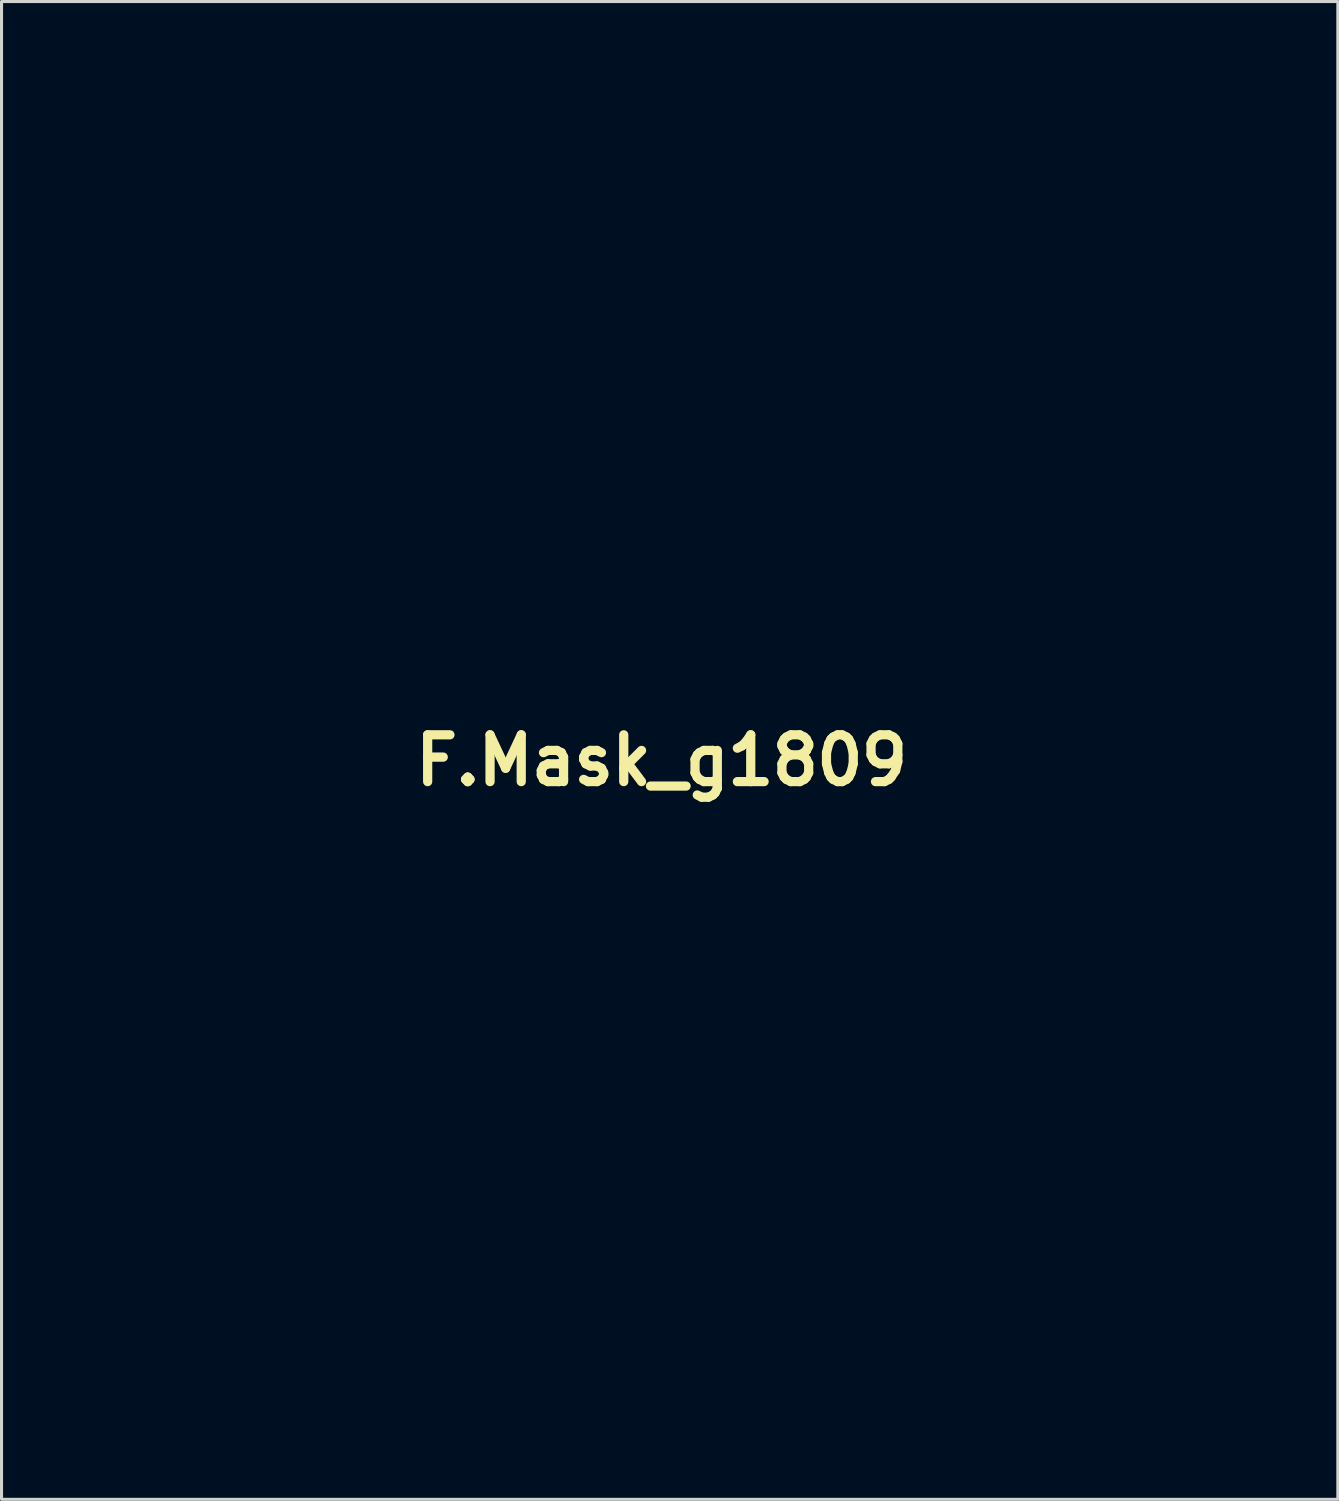
<source format=kicad_pcb>
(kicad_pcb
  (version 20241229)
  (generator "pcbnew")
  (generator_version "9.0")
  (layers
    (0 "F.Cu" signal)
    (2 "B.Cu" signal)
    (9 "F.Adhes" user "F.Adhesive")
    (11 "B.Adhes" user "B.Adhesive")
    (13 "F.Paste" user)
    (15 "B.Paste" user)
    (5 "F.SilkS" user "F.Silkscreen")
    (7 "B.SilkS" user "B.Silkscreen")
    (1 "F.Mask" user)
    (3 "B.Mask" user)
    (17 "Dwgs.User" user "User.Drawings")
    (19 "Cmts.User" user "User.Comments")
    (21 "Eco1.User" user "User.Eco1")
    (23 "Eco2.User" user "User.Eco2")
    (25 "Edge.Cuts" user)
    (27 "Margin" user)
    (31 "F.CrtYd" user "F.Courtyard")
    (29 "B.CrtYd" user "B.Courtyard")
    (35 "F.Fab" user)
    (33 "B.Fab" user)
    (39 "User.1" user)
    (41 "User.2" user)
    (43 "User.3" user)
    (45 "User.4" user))
  (footprint "F.Mask_g1809"
    (layer "F.Cu")
    (at 18.499 21.718)
    (property "Reference" "F.Mask_g1809" (at 0 0 0) (layer "F.SilkS") (effects (font (size 1.524 1.524) (thickness 0.3))))
    (attr through_hole)
    (fp_poly (pts (xy -4.228 -2.657) (xy -3.743 -2.656) (xy -3.256 -2.654) (xy -2.769 -2.653) (xy -2.287 -2.652) (xy -1.81 -2.65) (xy -1.343 -2.649) (xy -0.887 -2.647) (xy -0.446 -2.646) (xy -0.021 -2.644) (xy 0.383 -2.643) (xy 0.765 -2.641) (xy 1.122 -2.64) (xy 1.451 -2.638) (xy 1.75 -2.637) (xy 2.015 -2.635) (xy 2.244 -2.634) (xy 2.435 -2.633) (xy 2.492 -2.632) (xy 4.128 -2.62) (xy 4.128 -1.254) (xy 1.815 -1.241) (xy 1.552 -1.24) (xy 1.251 -1.238) (xy 0.914 -1.237) (xy 0.546 -1.235) (xy 0.15 -1.234) (xy -0.27 -1.232) (xy -0.711 -1.23) (xy -1.169 -1.229) (xy -1.64 -1.227) (xy -2.122 -1.225) (xy -2.609 -1.224) (xy -3.1 -1.222) (xy -3.589 -1.221) (xy -4.074 -1.219) (xy -4.551 -1.218) (xy -4.905 -1.217) (xy -9.313 -1.206) (xy -9.313 -2.669) (xy -4.228 -2.657)) (stroke (width 0.01) (type solid)) (fill yes) (layer "F.Mask"))
    (fp_poly (pts (xy -3.94 -0.589) (xy -3.777 -0.585) (xy -3.632 -0.579) (xy -3.562 -0.575) (xy -3.41 -0.561) (xy -3.295 -0.544) (xy -3.214 -0.523) (xy -3.16 -0.498) (xy -3.13 -0.465) (xy -3.125 -0.454) (xy -3.111 -0.367) (xy -3.13 -0.257) (xy -3.18 -0.122) (xy -3.262 0.038) (xy -3.372 0.216) (xy -3.433 0.309) (xy -3.479 0.383) (xy -3.513 0.445) (xy -3.536 0.505) (xy -3.551 0.569) (xy -3.56 0.646) (xy -3.564 0.744) (xy -3.566 0.87) (xy -3.567 0.984) (xy -3.57 1.162) (xy -3.575 1.31) (xy -3.584 1.441) (xy -3.597 1.568) (xy -3.616 1.704) (xy -3.629 1.789) (xy -3.656 1.966) (xy -3.677 2.108) (xy -3.691 2.217) (xy -3.698 2.301) (xy -3.7 2.363) (xy -3.696 2.41) (xy -3.687 2.445) (xy -3.677 2.467) (xy -3.652 2.502) (xy -3.602 2.56) (xy -3.533 2.635) (xy -3.449 2.722) (xy -3.368 2.804) (xy -3.09 3.079) (xy -3.091 6.107) (xy -3.23 6.308) (xy -3.343 6.465) (xy -3.442 6.591) (xy -3.532 6.69) (xy -3.62 6.769) (xy -3.712 6.831) (xy -3.813 6.884) (xy -3.909 6.924) (xy -4.114 7.014) (xy -4.284 7.114) (xy -4.418 7.222) (xy -4.512 7.336) (xy -4.536 7.378) (xy -4.558 7.431) (xy -4.583 7.506) (xy -4.607 7.589) (xy -4.625 7.665) (xy -4.635 7.719) (xy -4.636 7.728) (xy -4.622 7.731) (xy -4.588 7.708) (xy -4.556 7.68) (xy -4.492 7.624) (xy -4.414 7.565) (xy -4.317 7.5) (xy -4.199 7.427) (xy -4.055 7.344) (xy -3.883 7.249) (xy -3.678 7.14) (xy -3.485 7.038) (xy -3.085 6.831) (xy -3.099 7.771) (xy -3.102 7.975) (xy -3.105 8.175) (xy -3.109 8.364) (xy -3.113 8.536) (xy -3.116 8.685) (xy -3.12 8.807) (xy -3.123 8.895) (xy -3.124 8.927) (xy -3.137 9.144) (xy -3.565 9.144) (xy -3.713 9.144) (xy -3.89 9.145) (xy -4.085 9.147) (xy -4.284 9.149) (xy -4.474 9.151) (xy -4.563 9.153) (xy -4.729 9.154) (xy -4.894 9.155) (xy -5.05 9.154) (xy -5.188 9.153) (xy -5.299 9.15) (xy -5.359 9.147) (xy -5.472 9.138) (xy -5.556 9.126) (xy -5.605 9.111) (xy -5.613 9.106) (xy -5.619 9.097) (xy -5.625 9.08) (xy -5.63 9.055) (xy -5.635 9.019) (xy -5.639 8.972) (xy -5.643 8.91) (xy -5.647 8.834) (xy -5.65 8.74) (xy -5.654 8.628) (xy -5.657 8.496) (xy -5.659 8.343) (xy -5.662 8.166) (xy -5.664 7.964) (xy -5.667 7.736) (xy -5.669 7.48) (xy -5.671 7.194) (xy -5.673 6.876) (xy -5.675 6.526) (xy -5.677 6.142) (xy -5.678 5.721) (xy -5.68 5.263) (xy -5.682 4.765) (xy -5.684 4.286) (xy -5.699 0.222) (xy -5.594 0.143) (xy -5.493 0.057) (xy -5.377 -0.059) (xy -5.243 -0.208) (xy -5.188 -0.274) (xy -5.096 -0.371) (xy -5.01 -0.436) (xy -4.934 -0.464) (xy -4.918 -0.466) (xy -4.874 -0.475) (xy -4.811 -0.5) (xy -4.764 -0.522) (xy -4.724 -0.541) (xy -4.687 -0.556) (xy -4.643 -0.567) (xy -4.588 -0.574) (xy -4.512 -0.579) (xy -4.41 -0.583) (xy -4.273 -0.587) (xy -4.26 -0.587) (xy -4.106 -0.589) (xy -3.94 -0.589)) (stroke (width 0.01) (type solid)) (fill yes) (layer "F.Mask"))
    (fp_poly (pts (xy 4.162 -0.143) (xy 4.154 0.124) (xy 4.148 0.432) (xy 4.141 0.781) (xy 4.135 1.17) (xy 4.129 1.599) (xy 4.123 2.066) (xy 4.117 2.572) (xy 4.112 3.115) (xy 4.108 3.694) (xy 4.103 4.31) (xy 4.099 4.96) (xy 4.095 5.645) (xy 4.094 6.018) (xy 4.079 9.168) (xy 2.934 9.163) (xy 2.715 9.161) (xy 2.507 9.159) (xy 2.314 9.157) (xy 2.141 9.154) (xy 1.991 9.151) (xy 1.868 9.148) (xy 1.777 9.144) (xy 1.723 9.14) (xy 1.711 9.138) (xy 1.656 9.117) (xy 1.621 9.089) (xy 1.619 9.084) (xy 1.612 9.047) (xy 1.606 8.97) (xy 1.601 8.852) (xy 1.596 8.696) (xy 1.591 8.503) (xy 1.586 8.274) (xy 1.582 8.011) (xy 1.579 7.714) (xy 1.576 7.386) (xy 1.573 7.026) (xy 1.571 6.638) (xy 1.569 6.221) (xy 1.568 5.778) (xy 1.568 5.309) (xy 1.568 5.294) (xy 1.566 2.958) (xy 1.783 2.972) (xy 1.986 2.99) (xy 2.15 3.018) (xy 2.279 3.057) (xy 2.376 3.11) (xy 2.445 3.182) (xy 2.489 3.273) (xy 2.512 3.387) (xy 2.516 3.527) (xy 2.515 3.567) (xy 2.509 3.665) (xy 2.5 3.733) (xy 2.485 3.783) (xy 2.461 3.828) (xy 2.449 3.846) (xy 2.414 3.907) (xy 2.394 3.963) (xy 2.391 3.98) (xy 2.38 4.044) (xy 2.35 4.119) (xy 2.313 4.189) (xy 2.277 4.232) (xy 2.223 4.298) (xy 2.188 4.384) (xy 2.18 4.442) (xy 2.192 4.505) (xy 2.226 4.588) (xy 2.275 4.684) (xy 2.337 4.786) (xy 2.404 4.887) (xy 2.474 4.981) (xy 2.541 5.059) (xy 2.601 5.115) (xy 2.648 5.142) (xy 2.658 5.144) (xy 2.682 5.133) (xy 2.685 5.098) (xy 2.668 5.038) (xy 2.63 4.947) (xy 2.569 4.824) (xy 2.569 4.824) (xy 2.508 4.701) (xy 2.47 4.607) (xy 2.452 4.538) (xy 2.45 4.511) (xy 2.465 4.418) (xy 2.512 4.298) (xy 2.588 4.153) (xy 2.683 4.002) (xy 2.755 3.885) (xy 2.802 3.787) (xy 2.83 3.695) (xy 2.83 3.694) (xy 2.854 3.526) (xy 2.855 3.367) (xy 2.834 3.225) (xy 2.793 3.106) (xy 2.746 3.034) (xy 2.654 2.947) (xy 2.532 2.859) (xy 2.394 2.776) (xy 2.25 2.705) (xy 2.114 2.652) (xy 2.012 2.627) (xy 1.933 2.61) (xy 1.865 2.589) (xy 1.83 2.573) (xy 1.756 2.504) (xy 1.69 2.406) (xy 1.643 2.297) (xy 1.618 2.192) (xy 1.597 2.06) (xy 1.582 1.907) (xy 1.572 1.74) (xy 1.567 1.566) (xy 1.568 1.392) (xy 1.574 1.225) (xy 1.585 1.073) (xy 1.601 0.941) (xy 1.622 0.839) (xy 1.648 0.773) (xy 1.692 0.722) (xy 1.749 0.688) (xy 1.749 0.688) (xy 1.81 0.663) (xy 1.856 0.627) (xy 1.898 0.571) (xy 1.943 0.485) (xy 1.948 0.475) (xy 2.008 0.37) (xy 2.07 0.297) (xy 2.132 0.258) (xy 2.16 0.254) (xy 2.201 0.24) (xy 2.264 0.202) (xy 2.341 0.146) (xy 2.424 0.077) (xy 2.505 0.003) (xy 2.555 -0.048) (xy 2.619 -0.124) (xy 2.678 -0.209) (xy 2.717 -0.279) (xy 2.79 -0.403) (xy 2.884 -0.493) (xy 2.972 -0.54) (xy 3.042 -0.56) (xy 3.148 -0.577) (xy 3.286 -0.592) (xy 3.45 -0.603) (xy 3.635 -0.61) (xy 3.834 -0.613) (xy 3.861 -0.613) (xy 4.176 -0.614) (xy 4.162 -0.143)) (stroke (width 0.01) (type solid)) (fill yes) (layer "F.Mask"))
    (fp_poly (pts (xy -2.362 -6.306) (xy -2.33 -6.302) (xy -2.293 -6.294) (xy -2.248 -6.282) (xy -2.195 -6.264) (xy -2.132 -6.24) (xy -2.056 -6.209) (xy -1.967 -6.171) (xy -1.862 -6.124) (xy -1.74 -6.068) (xy -1.599 -6.001) (xy -1.438 -5.924) (xy -1.254 -5.836) (xy -1.047 -5.735) (xy -0.815 -5.62) (xy -0.555 -5.492) (xy -0.267 -5.349) (xy 0.052 -5.191) (xy 0.402 -5.016) (xy 0.787 -4.824) (xy 1.207 -4.614) (xy 1.415 -4.51) (xy 1.792 -4.322) (xy 2.132 -4.151) (xy 2.438 -3.997) (xy 2.71 -3.86) (xy 2.951 -3.739) (xy 3.161 -3.632) (xy 3.343 -3.539) (xy 3.498 -3.46) (xy 3.627 -3.392) (xy 3.732 -3.337) (xy 3.814 -3.292) (xy 3.876 -3.257) (xy 3.918 -3.232) (xy 3.942 -3.214) (xy 3.95 -3.205) (xy 3.949 -3.204) (xy 3.938 -3.164) (xy 3.937 -3.152) (xy 3.916 -3.15) (xy 3.855 -3.149) (xy 3.756 -3.147) (xy 3.62 -3.146) (xy 3.45 -3.145) (xy 3.248 -3.143) (xy 3.016 -3.142) (xy 2.756 -3.141) (xy 2.47 -3.14) (xy 2.159 -3.139) (xy 1.827 -3.139) (xy 1.475 -3.138) (xy 1.104 -3.137) (xy 0.718 -3.137) (xy 0.318 -3.137) (xy -0.094 -3.136) (xy -0.515 -3.136) (xy -0.945 -3.136) (xy -1.38 -3.136) (xy -1.819 -3.136) (xy -2.259 -3.137) (xy -2.699 -3.137) (xy -3.137 -3.137) (xy -3.57 -3.138) (xy -3.997 -3.138) (xy -4.416 -3.139) (xy -4.823 -3.14) (xy -5.219 -3.14) (xy -5.599 -3.141) (xy -5.963 -3.142) (xy -6.309 -3.143) (xy -6.633 -3.145) (xy -6.935 -3.146) (xy -7.212 -3.147) (xy -7.463 -3.149) (xy -7.684 -3.15) (xy -7.875 -3.152) (xy -8.033 -3.153) (xy -8.155 -3.155) (xy -8.347 -3.159) (xy -8.527 -3.162) (xy -8.69 -3.166) (xy -8.831 -3.17) (xy -8.946 -3.174) (xy -9.031 -3.178) (xy -9.08 -3.181) (xy -9.091 -3.182) (xy -9.125 -3.182) (xy -9.134 -3.174) (xy -9.158 -3.152) (xy -9.179 -3.163) (xy -9.191 -3.196) (xy -9.193 -3.243) (xy -9.181 -3.292) (xy -9.177 -3.3) (xy -9.131 -3.349) (xy -9.089 -3.361) (xy -9.049 -3.37) (xy -8.979 -3.393) (xy -8.886 -3.426) (xy -8.78 -3.467) (xy -8.722 -3.49) (xy -8.639 -3.524) (xy -8.523 -3.574) (xy -8.376 -3.638) (xy -8.204 -3.714) (xy -8.011 -3.799) (xy -7.801 -3.893) (xy -7.578 -3.992) (xy -7.348 -4.096) (xy -7.113 -4.201) (xy -6.879 -4.307) (xy -6.65 -4.411) (xy -6.43 -4.511) (xy -6.224 -4.605) (xy -6.035 -4.692) (xy -5.868 -4.769) (xy -5.728 -4.834) (xy -5.619 -4.886) (xy -5.608 -4.892) (xy -5.477 -4.954) (xy -5.378 -4.999) (xy -5.306 -5.028) (xy -5.254 -5.044) (xy -5.218 -5.049) (xy -5.198 -5.047) (xy -5.16 -5.027) (xy -5.101 -4.984) (xy -5.027 -4.923) (xy -4.947 -4.851) (xy -4.94 -4.845) (xy -4.772 -4.702) (xy -4.605 -4.593) (xy -4.43 -4.515) (xy -4.237 -4.464) (xy -4.019 -4.435) (xy -3.948 -4.431) (xy -3.715 -4.419) (xy -3.775 -4.483) (xy -3.817 -4.518) (xy -3.887 -4.566) (xy -3.975 -4.621) (xy -4.071 -4.677) (xy -4.071 -4.677) (xy -4.204 -4.752) (xy -4.304 -4.814) (xy -4.375 -4.867) (xy -4.422 -4.918) (xy -4.45 -4.972) (xy -4.464 -5.034) (xy -4.469 -5.109) (xy -4.469 -5.131) (xy -4.456 -5.266) (xy -4.418 -5.37) (xy -4.354 -5.444) (xy -4.332 -5.459) (xy -4.29 -5.481) (xy -4.215 -5.517) (xy -4.111 -5.566) (xy -3.983 -5.626) (xy -3.835 -5.692) (xy -3.674 -5.765) (xy -3.504 -5.841) (xy -3.33 -5.918) (xy -3.157 -5.994) (xy -3.088 -6.024) (xy -2.966 -6.077) (xy -2.845 -6.131) (xy -2.737 -6.18) (xy -2.651 -6.221) (xy -2.62 -6.236) (xy -2.5 -6.287) (xy -2.402 -6.307) (xy -2.39 -6.308) (xy -2.362 -6.306)) (stroke (width 0.01) (type solid)) (fill yes) (layer "F.Mask"))
    (fp_poly (pts (xy -6.804 4.249) (xy -6.806 4.7) (xy -6.807 5.14) (xy -6.809 5.566) (xy -6.811 5.978) (xy -6.812 6.373) (xy -6.814 6.749) (xy -6.816 7.104) (xy -6.818 7.438) (xy -6.82 7.746) (xy -6.821 8.029) (xy -6.823 8.284) (xy -6.825 8.508) (xy -6.827 8.701) (xy -6.828 8.86) (xy -6.83 8.984) (xy -6.831 9.07) (xy -6.833 9.117) (xy -6.834 9.125) (xy -6.857 9.129) (xy -6.919 9.132) (xy -7.013 9.135) (xy -7.134 9.138) (xy -7.279 9.141) (xy -7.441 9.144) (xy -7.616 9.146) (xy -7.799 9.148) (xy -7.986 9.15) (xy -8.171 9.151) (xy -8.349 9.151) (xy -8.516 9.151) (xy -8.667 9.151) (xy -8.796 9.15) (xy -8.899 9.148) (xy -8.971 9.146) (xy -8.976 9.146) (xy -9.078 9.139) (xy -9.148 9.131) (xy -9.197 9.12) (xy -9.233 9.102) (xy -9.268 9.076) (xy -9.269 9.075) (xy -9.308 9.038) (xy -9.314 9.02) (xy -9.302 9.017) (xy -9.284 9.012) (xy -9.275 8.993) (xy -9.273 8.95) (xy -9.277 8.875) (xy -9.279 8.853) (xy -9.28 8.814) (xy -9.282 8.735) (xy -9.283 8.618) (xy -9.285 8.466) (xy -9.287 8.281) (xy -9.289 8.066) (xy -9.29 7.822) (xy -9.292 7.553) (xy -9.294 7.26) (xy -9.296 6.945) (xy -9.298 6.612) (xy -9.3 6.263) (xy -9.301 5.899) (xy -9.303 5.524) (xy -9.304 5.207) (xy -9.306 4.649) (xy -9.308 4.132) (xy -9.309 3.654) (xy -9.309 3.215) (xy -9.309 2.813) (xy -9.308 2.447) (xy -9.307 2.116) (xy -9.305 1.817) (xy -9.302 1.551) (xy -9.299 1.315) (xy -9.295 1.108) (xy -9.29 0.929) (xy -9.285 0.777) (xy -9.279 0.651) (xy -9.273 0.548) (xy -9.265 0.468) (xy -9.257 0.41) (xy -9.25 0.376) (xy -9.215 0.304) (xy -9.167 0.268) (xy -9.111 0.266) (xy -9.052 0.297) (xy -8.995 0.358) (xy -8.945 0.446) (xy -8.921 0.508) (xy -8.878 0.605) (xy -8.824 0.681) (xy -8.763 0.728) (xy -8.715 0.741) (xy -8.637 0.753) (xy -8.549 0.784) (xy -8.462 0.83) (xy -8.385 0.883) (xy -8.328 0.939) (xy -8.299 0.991) (xy -8.297 1.004) (xy -8.306 1.04) (xy -8.327 1.103) (xy -8.358 1.178) (xy -8.362 1.189) (xy -8.418 1.334) (xy -8.456 1.482) (xy -8.478 1.644) (xy -8.487 1.832) (xy -8.487 1.884) (xy -8.482 2.07) (xy -8.465 2.224) (xy -8.438 2.342) (xy -8.402 2.422) (xy -8.39 2.437) (xy -8.332 2.49) (xy -8.256 2.545) (xy -8.178 2.593) (xy -8.112 2.623) (xy -8.107 2.625) (xy -8.039 2.629) (xy -8.009 2.615) (xy -7.991 2.602) (xy -7.983 2.59) (xy -7.987 2.572) (xy -8.006 2.541) (xy -8.044 2.489) (xy -8.102 2.412) (xy -8.166 2.308) (xy -8.209 2.189) (xy -8.234 2.046) (xy -8.243 1.871) (xy -8.243 1.863) (xy -8.239 1.704) (xy -8.222 1.569) (xy -8.19 1.444) (xy -8.138 1.312) (xy -8.091 1.214) (xy -8.045 1.116) (xy -8.018 1.046) (xy -8.007 0.997) (xy -8.01 0.963) (xy -8.037 0.909) (xy -8.092 0.841) (xy -8.165 0.768) (xy -8.246 0.699) (xy -8.327 0.643) (xy -8.359 0.625) (xy -8.478 0.553) (xy -8.576 0.47) (xy -8.647 0.382) (xy -8.68 0.31) (xy -8.705 0.234) (xy -8.735 0.19) (xy -8.78 0.166) (xy -8.817 0.157) (xy -8.92 0.12) (xy -9.025 0.051) (xy -9.126 -0.042) (xy -9.212 -0.151) (xy -9.275 -0.266) (xy -9.281 -0.282) (xy -9.308 -0.384) (xy -9.3 -0.465) (xy -9.258 -0.526) (xy -9.245 -0.536) (xy -9.22 -0.552) (xy -9.189 -0.563) (xy -9.144 -0.573) (xy -9.08 -0.58) (xy -8.99 -0.586) (xy -8.867 -0.592) (xy -8.79 -0.595) (xy -8.673 -0.599) (xy -8.522 -0.602) (xy -8.345 -0.605) (xy -8.15 -0.608) (xy -7.946 -0.61) (xy -7.74 -0.612) (xy -7.591 -0.612) (xy -6.789 -0.614) (xy -6.804 4.249)) (stroke (width 0.01) (type solid)) (fill yes) (layer "F.Mask"))
    (fp_poly (pts (xy -1.167 0.22) (xy -1.105 0.241) (xy -1.048 0.28) (xy -1.039 0.288) (xy -0.983 0.356) (xy -0.96 0.431) (xy -0.943 0.492) (xy -0.907 0.55) (xy -0.845 0.619) (xy -0.841 0.623) (xy -0.75 0.727) (xy -0.697 0.825) (xy -0.677 0.922) (xy -0.677 0.932) (xy -0.659 1.028) (xy -0.603 1.109) (xy -0.507 1.177) (xy -0.507 1.178) (xy -0.429 1.229) (xy -0.376 1.289) (xy -0.342 1.368) (xy -0.322 1.477) (xy -0.317 1.514) (xy -0.305 1.602) (xy -0.285 1.685) (xy -0.267 1.739) (xy -0.239 1.782) (xy -0.189 1.847) (xy -0.121 1.927) (xy -0.043 2.015) (xy -0.008 2.052) (xy 0.083 2.153) (xy 0.161 2.245) (xy 0.219 2.323) (xy 0.253 2.378) (xy 0.254 2.381) (xy 0.289 2.452) (xy 0.337 2.534) (xy 0.368 2.582) (xy 0.409 2.645) (xy 0.44 2.705) (xy 0.463 2.77) (xy 0.48 2.849) (xy 0.493 2.949) (xy 0.504 3.079) (xy 0.51 3.154) (xy 0.513 3.219) (xy 0.515 3.321) (xy 0.517 3.456) (xy 0.519 3.621) (xy 0.52 3.814) (xy 0.521 4.031) (xy 0.522 4.27) (xy 0.522 4.528) (xy 0.522 4.801) (xy 0.522 5.087) (xy 0.521 5.384) (xy 0.52 5.687) (xy 0.519 5.995) (xy 0.517 6.304) (xy 0.516 6.612) (xy 0.514 6.914) (xy 0.512 7.21) (xy 0.509 7.495) (xy 0.507 7.767) (xy 0.504 8.022) (xy 0.501 8.259) (xy 0.498 8.473) (xy 0.495 8.663) (xy 0.492 8.824) (xy 0.489 8.955) (xy 0.485 9.053) (xy 0.482 9.114) (xy 0.478 9.135) (xy 0.451 9.137) (xy 0.386 9.14) (xy 0.288 9.142) (xy 0.163 9.144) (xy 0.014 9.146) (xy -0.154 9.147) (xy -0.335 9.149) (xy -0.526 9.15) (xy -0.72 9.151) (xy -0.914 9.151) (xy -1.103 9.151) (xy -1.281 9.151) (xy -1.445 9.151) (xy -1.589 9.15) (xy -1.709 9.149) (xy -1.8 9.148) (xy -1.857 9.146) (xy -1.873 9.144) (xy -1.972 9.11) (xy -2.054 9.049) (xy -2.071 9.031) (xy -2.102 8.996) (xy -2.103 8.984) (xy -2.082 8.988) (xy -2.076 8.988) (xy -2.07 8.985) (xy -2.066 8.976) (xy -2.061 8.958) (xy -2.058 8.929) (xy -2.054 8.888) (xy -2.052 8.831) (xy -2.049 8.756) (xy -2.048 8.662) (xy -2.046 8.544) (xy -2.045 8.403) (xy -2.044 8.234) (xy -2.043 8.036) (xy -2.043 7.806) (xy -2.043 7.543) (xy -2.043 7.243) (xy -2.043 6.905) (xy -2.043 6.674) (xy -2.043 6.298) (xy -2.042 5.963) (xy -2.042 5.665) (xy -2.042 5.402) (xy -2.041 5.173) (xy -2.039 4.974) (xy -2.037 4.804) (xy -2.035 4.66) (xy -2.031 4.54) (xy -2.027 4.442) (xy -2.022 4.363) (xy -2.017 4.3) (xy -2.01 4.253) (xy -2.001 4.217) (xy -1.992 4.192) (xy -1.981 4.174) (xy -1.969 4.162) (xy -1.956 4.153) (xy -1.947 4.148) (xy -1.889 4.139) (xy -1.831 4.168) (xy -1.776 4.235) (xy -1.725 4.335) (xy -1.691 4.432) (xy -1.668 4.503) (xy -1.643 4.559) (xy -1.608 4.611) (xy -1.556 4.669) (xy -1.485 4.742) (xy -1.399 4.821) (xy -1.291 4.914) (xy -1.169 5.013) (xy -1.043 5.11) (xy -0.923 5.2) (xy -0.816 5.274) (xy -0.738 5.323) (xy -0.657 5.363) (xy -0.605 5.375) (xy -0.577 5.357) (xy -0.572 5.325) (xy -0.587 5.274) (xy -0.631 5.203) (xy -0.696 5.118) (xy -0.778 5.024) (xy -0.87 4.928) (xy -0.966 4.835) (xy -1.061 4.751) (xy -1.15 4.681) (xy -1.225 4.633) (xy -1.278 4.612) (xy -1.332 4.58) (xy -1.379 4.508) (xy -1.419 4.399) (xy -1.429 4.36) (xy -1.456 4.246) (xy -1.478 4.165) (xy -1.497 4.11) (xy -1.517 4.073) (xy -1.542 4.048) (xy -1.576 4.025) (xy -1.593 4.014) (xy -1.644 3.978) (xy -1.714 3.919) (xy -1.794 3.846) (xy -1.869 3.773) (xy -2.055 3.585) (xy -2.048 2.179) (xy -2.047 1.886) (xy -2.045 1.632) (xy -2.044 1.414) (xy -2.041 1.229) (xy -2.038 1.074) (xy -2.033 0.945) (xy -2.027 0.84) (xy -2.019 0.755) (xy -2.008 0.687) (xy -1.994 0.634) (xy -1.977 0.591) (xy -1.957 0.556) (xy -1.933 0.525) (xy -1.905 0.496) (xy -1.872 0.465) (xy -1.852 0.447) (xy -1.703 0.33) (xy -1.542 0.254) (xy -1.37 0.218) (xy -1.353 0.216) (xy -1.246 0.212) (xy -1.167 0.22)) (stroke (width 0.01) (type solid)) (fill yes) (layer "F.Mask"))
    (fp_poly (pts (xy -2.625 -21.684) (xy -2.606 -21.632) (xy -2.597 -21.596) (xy -2.594 -21.557) (xy -2.597 -21.507) (xy -2.608 -21.439) (xy -2.627 -21.345) (xy -2.655 -21.217) (xy -2.656 -21.213) (xy -2.714 -20.961) (xy -2.777 -20.712) (xy -2.842 -20.475) (xy -2.906 -20.26) (xy -2.966 -20.076) (xy -2.978 -20.041) (xy -3.008 -19.966) (xy -3.054 -19.859) (xy -3.112 -19.73) (xy -3.18 -19.583) (xy -3.255 -19.427) (xy -3.333 -19.268) (xy -3.351 -19.23) (xy -3.467 -18.997) (xy -3.563 -18.8) (xy -3.641 -18.638) (xy -3.701 -18.51) (xy -3.744 -18.415) (xy -3.769 -18.351) (xy -3.778 -18.317) (xy -3.777 -18.312) (xy -3.759 -18.322) (xy -3.716 -18.356) (xy -3.654 -18.409) (xy -3.578 -18.477) (xy -3.551 -18.501) (xy -3.325 -18.71) (xy -3.124 -18.898) (xy -2.941 -19.072) (xy -2.77 -19.241) (xy -2.604 -19.41) (xy -2.435 -19.586) (xy -2.256 -19.777) (xy -2.253 -19.78) (xy -1.599 -20.463) (xy -0.919 -21.13) (xy -0.735 -21.303) (xy -0.633 -21.398) (xy -0.556 -21.467) (xy -0.5 -21.515) (xy -0.461 -21.543) (xy -0.433 -21.556) (xy -0.411 -21.558) (xy -0.392 -21.552) (xy -0.34 -21.528) (xy -0.486 -21.173) (xy -0.585 -20.932) (xy -0.673 -20.723) (xy -0.754 -20.537) (xy -0.83 -20.367) (xy -0.907 -20.203) (xy -0.986 -20.039) (xy -1.02 -19.971) (xy -1.126 -19.764) (xy -1.226 -19.579) (xy -1.327 -19.404) (xy -1.436 -19.229) (xy -1.559 -19.043) (xy -1.685 -18.86) (xy -1.872 -18.59) (xy -2.034 -18.354) (xy -2.172 -18.15) (xy -2.286 -17.977) (xy -2.377 -17.834) (xy -2.445 -17.721) (xy -2.491 -17.636) (xy -2.515 -17.579) (xy -2.519 -17.548) (xy -2.515 -17.544) (xy -2.469 -17.515) (xy -2.422 -17.493) (xy -2.361 -17.473) (xy -2.275 -17.451) (xy -2.234 -17.441) (xy -2.143 -17.418) (xy -2.061 -17.394) (xy -2.002 -17.373) (xy -1.99 -17.367) (xy -1.932 -17.347) (xy -1.834 -17.324) (xy -1.697 -17.3) (xy -1.523 -17.274) (xy -1.315 -17.246) (xy -1.073 -17.217) (xy -0.9 -17.198) (xy -0.722 -17.178) (xy -0.527 -17.156) (xy -0.328 -17.133) (xy -0.14 -17.11) (xy 0.023 -17.089) (xy 0.042 -17.086) (xy 0.158 -17.072) (xy 0.259 -17.06) (xy 0.353 -17.05) (xy 0.446 -17.043) (xy 0.545 -17.037) (xy 0.655 -17.034) (xy 0.783 -17.031) (xy 0.936 -17.03) (xy 1.12 -17.029) (xy 1.285 -17.029) (xy 1.502 -17.029) (xy 1.68 -17.028) (xy 1.823 -17.027) (xy 1.935 -17.023) (xy 2.02 -17.018) (xy 2.081 -17.009) (xy 2.122 -16.996) (xy 2.148 -16.98) (xy 2.161 -16.958) (xy 2.166 -16.931) (xy 2.166 -16.898) (xy 2.165 -16.88) (xy 2.153 -16.815) (xy 2.118 -16.741) (xy 2.057 -16.653) (xy 1.968 -16.547) (xy 1.898 -16.471) (xy 1.83 -16.396) (xy 1.789 -16.346) (xy 1.773 -16.314) (xy 1.779 -16.298) (xy 1.78 -16.298) (xy 1.835 -16.276) (xy 1.927 -16.25) (xy 2.049 -16.221) (xy 2.196 -16.191) (xy 2.363 -16.16) (xy 2.543 -16.13) (xy 2.73 -16.102) (xy 2.91 -16.077) (xy 3.123 -16.051) (xy 3.331 -16.027) (xy 3.538 -16.004) (xy 3.748 -15.983) (xy 3.967 -15.963) (xy 4.197 -15.944) (xy 4.443 -15.925) (xy 4.71 -15.906) (xy 5.002 -15.888) (xy 5.322 -15.868) (xy 5.675 -15.848) (xy 6.066 -15.826) (xy 6.142 -15.822) (xy 6.4 -15.808) (xy 6.62 -15.795) (xy 6.804 -15.782) (xy 6.956 -15.77) (xy 7.078 -15.758) (xy 7.176 -15.746) (xy 7.25 -15.732) (xy 7.306 -15.717) (xy 7.347 -15.699) (xy 7.375 -15.679) (xy 7.394 -15.656) (xy 7.401 -15.643) (xy 7.414 -15.571) (xy 7.386 -15.489) (xy 7.318 -15.398) (xy 7.211 -15.296) (xy 7.064 -15.185) (xy 6.879 -15.066) (xy 6.656 -14.938) (xy 6.422 -14.816) (xy 6.278 -14.743) (xy 6.168 -14.686) (xy 6.088 -14.641) (xy 6.034 -14.607) (xy 6.001 -14.58) (xy 5.987 -14.556) (xy 5.986 -14.533) (xy 5.996 -14.509) (xy 5.999 -14.502) (xy 6.061 -14.418) (xy 6.145 -14.37) (xy 6.175 -14.362) (xy 6.237 -14.336) (xy 6.284 -14.297) (xy 6.317 -14.262) (xy 6.362 -14.235) (xy 6.425 -14.212) (xy 6.514 -14.192) (xy 6.629 -14.172) (xy 6.733 -14.158) (xy 6.868 -14.145) (xy 7.035 -14.132) (xy 7.235 -14.121) (xy 7.47 -14.111) (xy 7.741 -14.101) (xy 8.05 -14.092) (xy 8.398 -14.084) (xy 8.774 -14.076) (xy 9.021 -14.071) (xy 9.231 -14.066) (xy 9.408 -14.062) (xy 9.554 -14.057) (xy 9.676 -14.052) (xy 9.777 -14.047) (xy 9.862 -14.041) (xy 9.935 -14.033) (xy 10 -14.025) (xy 10.062 -14.015) (xy 10.075 -14.013) (xy 10.31 -13.965) (xy 10.539 -13.906) (xy 10.757 -13.84) (xy 10.961 -13.766) (xy 11.144 -13.688) (xy 11.304 -13.608) (xy 11.434 -13.527) (xy 11.53 -13.447) (xy 11.579 -13.386) (xy 11.615 -13.307) (xy 11.615 -13.239) (xy 11.578 -13.18) (xy 11.502 -13.128) (xy 11.386 -13.081) (xy 11.351 -13.069) (xy 11.187 -13.011) (xy 11.015 -12.936) (xy 10.838 -12.845) (xy 10.661 -12.743) (xy 10.487 -12.632) (xy 10.321 -12.516) (xy 10.166 -12.397) (xy 10.028 -12.28) (xy 9.91 -12.166) (xy 9.816 -12.059) (xy 9.751 -11.962) (xy 9.719 -11.878) (xy 9.716 -11.849) (xy 9.726 -11.79) (xy 9.762 -11.749) (xy 9.811 -11.722) (xy 9.834 -11.716) (xy 9.873 -11.711) (xy 9.932 -11.706) (xy 10.013 -11.703) (xy 10.12 -11.7) (xy 10.255 -11.698) (xy 10.421 -11.696) (xy 10.622 -11.695) (xy 10.859 -11.695) (xy 11.081 -11.694) (xy 11.346 -11.694) (xy 11.572 -11.694) (xy 11.764 -11.693) (xy 11.926 -11.691) (xy 12.062 -11.689) (xy 12.174 -11.686) (xy 12.269 -11.682) (xy 12.349 -11.678) (xy 12.418 -11.672) (xy 12.48 -11.665) (xy 12.541 -11.657) (xy 12.541 -11.657) (xy 12.896 -11.592) (xy 13.215 -11.509) (xy 13.503 -11.406) (xy 13.763 -11.281) (xy 14 -11.131) (xy 14.216 -10.956) (xy 14.342 -10.834) (xy 14.464 -10.696) (xy 14.55 -10.573) (xy 14.599 -10.466) (xy 14.611 -10.375) (xy 14.585 -10.302) (xy 14.573 -10.287) (xy 14.556 -10.27) (xy 14.534 -10.256) (xy 14.504 -10.245) (xy 14.46 -10.236) (xy 14.398 -10.228) (xy 14.312 -10.222) (xy 14.198 -10.215) (xy 14.05 -10.208) (xy 13.906 -10.203) (xy 13.632 -10.188) (xy 13.394 -10.167) (xy 13.186 -10.139) (xy 13.003 -10.103) (xy 12.839 -10.057) (xy 12.688 -10.001) (xy 12.584 -9.954) (xy 12.498 -9.904) (xy 12.423 -9.847) (xy 12.369 -9.792) (xy 12.342 -9.744) (xy 12.34 -9.733) (xy 12.345 -9.709) (xy 12.361 -9.688) (xy 12.393 -9.667) (xy 12.445 -9.644) (xy 12.522 -9.62) (xy 12.627 -9.591) (xy 12.765 -9.557) (xy 12.94 -9.515) (xy 12.953 -9.512) (xy 13.316 -9.416) (xy 13.649 -9.301) (xy 13.96 -9.165) (xy 14.261 -9.003) (xy 14.439 -8.893) (xy 14.683 -8.721) (xy 14.925 -8.528) (xy 15.158 -8.319) (xy 15.379 -8.1) (xy 15.581 -7.875) (xy 15.761 -7.65) (xy 15.912 -7.431) (xy 16.03 -7.222) (xy 16.048 -7.184) (xy 16.09 -7.076) (xy 16.1 -6.996) (xy 16.077 -6.942) (xy 16.022 -6.914) (xy 15.932 -6.911) (xy 15.822 -6.929) (xy 15.666 -6.953) (xy 15.498 -6.963) (xy 15.326 -6.958) (xy 15.162 -6.941) (xy 15.014 -6.911) (xy 14.892 -6.869) (xy 14.84 -6.843) (xy 14.782 -6.8) (xy 14.74 -6.751) (xy 14.713 -6.688) (xy 14.698 -6.603) (xy 14.692 -6.488) (xy 14.691 -6.424) (xy 14.703 -6.195) (xy 14.742 -5.988) (xy 14.81 -5.797) (xy 14.912 -5.616) (xy 15.048 -5.44) (xy 15.224 -5.261) (xy 15.246 -5.241) (xy 15.406 -5.098) (xy 15.547 -4.978) (xy 15.68 -4.874) (xy 15.815 -4.779) (xy 15.963 -4.685) (xy 16.132 -4.584) (xy 16.192 -4.549) (xy 16.557 -4.336) (xy 16.886 -4.131) (xy 17.186 -3.932) (xy 17.46 -3.736) (xy 17.713 -3.539) (xy 17.929 -3.357) (xy 18.123 -3.177) (xy 18.28 -3.009) (xy 18.402 -2.848) (xy 18.492 -2.691) (xy 18.552 -2.534) (xy 18.584 -2.383) (xy 18.595 -2.239) (xy 18.591 -2.113) (xy 18.571 -2.013) (xy 18.536 -1.945) (xy 18.53 -1.938) (xy 18.498 -1.917) (xy 18.454 -1.908) (xy 18.391 -1.913) (xy 18.304 -1.932) (xy 18.185 -1.966) (xy 18.149 -1.978) (xy 18.039 -2.011) (xy 17.927 -2.041) (xy 17.83 -2.065) (xy 17.78 -2.075) (xy 17.68 -2.088) (xy 17.557 -2.097) (xy 17.421 -2.1) (xy 17.286 -2.1) (xy 17.163 -2.094) (xy 17.064 -2.084) (xy 17.025 -2.076) (xy 16.947 -2.053) (xy 16.894 -2.024) (xy 16.862 -1.98) (xy 16.845 -1.913) (xy 16.839 -1.816) (xy 16.839 -1.76) (xy 16.856 -1.542) (xy 16.903 -1.314) (xy 16.983 -1.069) (xy 17.009 -1.002) (xy 17.067 -0.871) (xy 17.143 -0.717) (xy 17.233 -0.548) (xy 17.332 -0.371) (xy 17.436 -0.194) (xy 17.54 -0.024) (xy 17.641 0.132) (xy 17.733 0.265) (xy 17.812 0.368) (xy 17.821 0.379) (xy 17.867 0.433) (xy 17.935 0.515) (xy 18.019 0.617) (xy 18.115 0.734) (xy 18.217 0.859) (xy 18.308 0.971) (xy 18.431 1.125) (xy 18.531 1.253) (xy 18.611 1.362) (xy 18.676 1.46) (xy 18.729 1.552) (xy 18.774 1.647) (xy 18.816 1.75) (xy 18.858 1.868) (xy 18.899 1.997) (xy 18.955 2.181) (xy 18.994 2.33) (xy 19.015 2.448) (xy 19.02 2.538) (xy 19.007 2.605) (xy 18.977 2.651) (xy 18.931 2.682) (xy 18.918 2.687) (xy 18.875 2.694) (xy 18.797 2.701) (xy 18.692 2.706) (xy 18.567 2.709) (xy 18.459 2.709) (xy 18.166 2.716) (xy 17.91 2.736) (xy 17.687 2.771) (xy 17.493 2.82) (xy 17.325 2.887) (xy 17.178 2.97) (xy 17.061 3.062) (xy 16.948 3.185) (xy 16.874 3.319) (xy 16.835 3.471) (xy 16.828 3.589) (xy 16.83 3.679) (xy 16.838 3.763) (xy 16.853 3.845) (xy 16.879 3.928) (xy 16.917 4.015) (xy 16.968 4.111) (xy 17.036 4.22) (xy 17.121 4.344) (xy 17.227 4.488) (xy 17.355 4.655) (xy 17.507 4.849) (xy 17.593 4.957) (xy 17.748 5.154) (xy 17.877 5.324) (xy 17.984 5.472) (xy 18.071 5.6) (xy 18.14 5.714) (xy 18.194 5.817) (xy 18.235 5.915) (xy 18.267 6.01) (xy 18.28 6.056) (xy 18.299 6.159) (xy 18.308 6.271) (xy 18.306 6.381) (xy 18.296 6.478) (xy 18.276 6.551) (xy 18.258 6.581) (xy 18.199 6.616) (xy 18.117 6.625) (xy 18.021 6.609) (xy 17.933 6.573) (xy 17.845 6.541) (xy 17.722 6.514) (xy 17.57 6.495) (xy 17.396 6.483) (xy 17.207 6.48) (xy 17.039 6.483) (xy 16.841 6.497) (xy 16.68 6.523) (xy 16.552 6.562) (xy 16.453 6.617) (xy 16.379 6.691) (xy 16.325 6.787) (xy 16.288 6.907) (xy 16.279 6.953) (xy 16.261 7.103) (xy 16.256 7.287) (xy 16.263 7.496) (xy 16.281 7.722) (xy 16.31 7.957) (xy 16.348 8.196) (xy 16.396 8.429) (xy 16.446 8.631) (xy 16.482 8.772) (xy 16.51 8.91) (xy 16.531 9.055) (xy 16.548 9.217) (xy 16.56 9.404) (xy 16.566 9.546) (xy 16.57 9.751) (xy 16.565 9.955) (xy 16.553 10.149) (xy 16.533 10.324) (xy 16.508 10.472) (xy 16.487 10.553) (xy 16.436 10.674) (xy 16.371 10.764) (xy 16.295 10.82) (xy 16.211 10.838) (xy 16.142 10.825) (xy 16.117 10.799) (xy 16.09 10.746) (xy 16.076 10.711) (xy 16.04 10.637) (xy 15.979 10.549) (xy 15.9 10.455) (xy 15.809 10.359) (xy 15.713 10.268) (xy 15.618 10.189) (xy 15.529 10.126) (xy 15.454 10.086) (xy 15.407 10.075) (xy 15.363 10.084) (xy 15.329 10.115) (xy 15.307 10.155) (xy 15.283 10.206) (xy 15.263 10.263) (xy 15.246 10.328) (xy 15.232 10.406) (xy 15.22 10.5) (xy 15.21 10.615) (xy 15.201 10.755) (xy 15.193 10.923) (xy 15.187 11.124) (xy 15.18 11.361) (xy 15.177 11.486) (xy 15.167 11.86) (xy 15.155 12.195) (xy 15.141 12.496) (xy 15.125 12.766) (xy 15.105 13.01) (xy 15.083 13.231) (xy 15.056 13.432) (xy 15.026 13.619) (xy 14.991 13.794) (xy 14.951 13.962) (xy 14.911 14.11) (xy 14.861 14.26) (xy 14.8 14.409) (xy 14.73 14.551) (xy 14.657 14.68) (xy 14.582 14.791) (xy 14.509 14.879) (xy 14.442 14.939) (xy 14.383 14.964) (xy 14.375 14.965) (xy 14.324 14.959) (xy 14.281 14.939) (xy 14.242 14.9) (xy 14.205 14.837) (xy 14.166 14.745) (xy 14.122 14.62) (xy 14.087 14.51) (xy 13.986 14.232) (xy 13.866 13.989) (xy 13.725 13.779) (xy 13.561 13.596) (xy 13.53 13.567) (xy 13.398 13.458) (xy 13.276 13.385) (xy 13.159 13.345) (xy 13.062 13.335) (xy 13.001 13.337) (xy 12.957 13.346) (xy 12.918 13.37) (xy 12.87 13.414) (xy 12.837 13.447) (xy 12.77 13.53) (xy 12.697 13.643) (xy 12.624 13.774) (xy 12.557 13.913) (xy 12.501 14.048) (xy 12.463 14.168) (xy 12.46 14.182) (xy 12.432 14.31) (xy 12.401 14.48) (xy 12.365 14.692) (xy 12.325 14.946) (xy 12.281 15.241) (xy 12.277 15.272) (xy 12.225 15.609) (xy 12.174 15.904) (xy 12.122 16.158) (xy 12.071 16.371) (xy 12.02 16.544) (xy 11.968 16.677) (xy 11.944 16.726) (xy 11.88 16.829) (xy 11.793 16.945) (xy 11.691 17.068) (xy 11.58 17.19) (xy 11.467 17.303) (xy 11.359 17.403) (xy 11.261 17.48) (xy 11.184 17.527) (xy 11.113 17.554) (xy 11.058 17.56) (xy 11.049 17.558) (xy 11.007 17.525) (xy 10.961 17.452) (xy 10.912 17.339) (xy 10.858 17.184) (xy 10.827 17.081) (xy 10.772 16.902) (xy 10.721 16.754) (xy 10.669 16.627) (xy 10.614 16.511) (xy 10.574 16.437) (xy 10.507 16.328) (xy 10.442 16.245) (xy 10.384 16.191) (xy 10.337 16.172) (xy 10.337 16.172) (xy 10.299 16.186) (xy 10.239 16.226) (xy 10.165 16.284) (xy 10.085 16.355) (xy 10.005 16.431) (xy 9.933 16.507) (xy 9.877 16.574) (xy 9.763 16.738) (xy 9.638 16.94) (xy 9.502 17.18) (xy 9.358 17.453) (xy 9.205 17.76) (xy 9.045 18.098) (xy 9.011 18.172) (xy 8.854 18.487) (xy 8.686 18.771) (xy 8.508 19.02) (xy 8.323 19.234) (xy 8.132 19.409) (xy 7.936 19.545) (xy 7.888 19.572) (xy 7.684 19.68) (xy 7.684 19.253) (xy 7.681 19.024) (xy 7.675 18.833) (xy 7.663 18.678) (xy 7.646 18.554) (xy 7.623 18.459) (xy 7.594 18.389) (xy 7.557 18.341) (xy 7.548 18.332) (xy 7.506 18.312) (xy 7.446 18.296) (xy 7.434 18.294) (xy 7.374 18.293) (xy 7.314 18.306) (xy 7.252 18.336) (xy 7.186 18.387) (xy 7.111 18.461) (xy 7.026 18.562) (xy 6.927 18.691) (xy 6.812 18.851) (xy 6.711 18.997) (xy 6.624 19.124) (xy 6.551 19.227) (xy 6.487 19.315) (xy 6.426 19.395) (xy 6.361 19.473) (xy 6.287 19.557) (xy 6.198 19.655) (xy 6.088 19.773) (xy 6.036 19.828) (xy 5.838 20.032) (xy 5.644 20.219) (xy 5.457 20.387) (xy 5.279 20.535) (xy 5.111 20.66) (xy 4.957 20.762) (xy 4.819 20.839) (xy 4.699 20.889) (xy 4.6 20.911) (xy 4.523 20.903) (xy 4.48 20.874) (xy 4.465 20.855) (xy 4.453 20.831) (xy 4.443 20.798) (xy 4.434 20.751) (xy 4.427 20.684) (xy 4.421 20.593) (xy 4.415 20.472) (xy 4.408 20.317) (xy 4.403 20.214) (xy 4.394 20.009) (xy 4.382 19.843) (xy 4.368 19.711) (xy 4.349 19.61) (xy 4.324 19.536) (xy 4.293 19.485) (xy 4.252 19.453) (xy 4.202 19.436) (xy 4.141 19.431) (xy 4.134 19.431) (xy 4.048 19.441) (xy 3.951 19.471) (xy 3.84 19.523) (xy 3.714 19.598) (xy 3.57 19.698) (xy 3.406 19.824) (xy 3.221 19.977) (xy 3.012 20.159) (xy 2.778 20.371) (xy 2.736 20.41) (xy 2.568 20.564) (xy 2.427 20.692) (xy 2.311 20.796) (xy 2.216 20.879) (xy 2.138 20.942) (xy 2.075 20.989) (xy 2.022 21.022) (xy 1.977 21.043) (xy 1.936 21.055) (xy 1.896 21.06) (xy 1.861 21.061) (xy 1.768 21.049) (xy 1.714 21.022) (xy 1.675 20.965) (xy 1.648 20.868) (xy 1.634 20.731) (xy 1.631 20.647) (xy 1.611 20.421) (xy 1.557 20.183) (xy 1.541 20.13) (xy 1.518 20.06) (xy 1.501 20.008) (xy 1.492 19.986) (xy 1.492 19.986) (xy 1.47 19.986) (xy 1.414 19.989) (xy 1.329 19.996) (xy 1.224 20.005) (xy 1.144 20.012) (xy 0.974 20.031) (xy 0.818 20.052) (xy 0.665 20.08) (xy 0.509 20.114) (xy 0.342 20.158) (xy 0.155 20.213) (xy -0.059 20.28) (xy -0.178 20.319) (xy -0.516 20.428) (xy -0.815 20.52) (xy -1.077 20.594) (xy -1.3 20.651) (xy -1.369 20.667) (xy -1.495 20.692) (xy -1.585 20.701) (xy -1.643 20.688) (xy -1.676 20.65) (xy -1.687 20.583) (xy -1.681 20.482) (xy -1.671 20.4) (xy -1.659 20.304) (xy -1.654 20.24) (xy -1.655 20.2) (xy -1.664 20.174) (xy -1.681 20.153) (xy -1.684 20.15) (xy -1.734 20.121) (xy -1.819 20.098) (xy -1.941 20.082) (xy -2.101 20.071) (xy -2.301 20.067) (xy -2.36 20.066) (xy -2.562 20.064) (xy -2.792 20.057) (xy -3.036 20.047) (xy -3.28 20.035) (xy -3.512 20.02) (xy -3.717 20.004) (xy -3.747 20.001) (xy -3.96 19.977) (xy -4.201 19.943) (xy -4.464 19.901) (xy -4.74 19.852) (xy -5.024 19.797) (xy -5.309 19.739) (xy -5.588 19.677) (xy -5.855 19.614) (xy -6.102 19.551) (xy -6.323 19.49) (xy -6.511 19.431) (xy -6.572 19.41) (xy -6.812 19.326) (xy -7.021 19.255) (xy -7.205 19.195) (xy -7.271 19.175) (xy -7.344 19.149) (xy -7.45 19.106) (xy -7.582 19.05) (xy -7.737 18.983) (xy -7.908 18.906) (xy -8.089 18.823) (xy -8.276 18.737) (xy -8.464 18.649) (xy -8.646 18.562) (xy -8.817 18.478) (xy -8.972 18.401) (xy -9.105 18.332) (xy -9.116 18.326) (xy -9.311 18.222) (xy -9.485 18.127) (xy -9.645 18.036) (xy -9.801 17.944) (xy -9.959 17.848) (xy -10.128 17.742) (xy -10.315 17.621) (xy -10.528 17.481) (xy -10.551 17.465) (xy -10.901 17.23) (xy -11.222 17.003) (xy -11.519 16.781) (xy -11.798 16.559) (xy -12.066 16.331) (xy -12.326 16.093) (xy -12.585 15.84) (xy -12.848 15.567) (xy -13.122 15.268) (xy -13.411 14.94) (xy -13.472 14.868) (xy -13.587 14.738) (xy -13.725 14.589) (xy -13.879 14.426) (xy -14.044 14.257) (xy -14.213 14.086) (xy -14.38 13.921) (xy -14.539 13.768) (xy -14.684 13.632) (xy -14.809 13.52) (xy -14.838 13.496) (xy -14.917 13.429) (xy -15.023 13.34) (xy -15.149 13.237) (xy -15.287 13.123) (xy -15.432 13.004) (xy -15.577 12.886) (xy -15.614 12.856) (xy -15.898 12.624) (xy -16.151 12.414) (xy -16.374 12.222) (xy -16.571 12.046) (xy -16.745 11.882) (xy -16.897 11.727) (xy -17.03 11.578) (xy -17.148 11.432) (xy -17.253 11.285) (xy -17.347 11.136) (xy -17.433 10.979) (xy -17.513 10.813) (xy -17.591 10.634) (xy -17.669 10.438) (xy -17.703 10.347) (xy -17.747 10.23) (xy -17.786 10.127) (xy -17.816 10.044) (xy -17.836 9.989) (xy -17.844 9.966) (xy -17.844 9.966) (xy -17.824 9.964) (xy -17.771 9.963) (xy -17.695 9.964) (xy -17.649 9.966) (xy -17.553 9.968) (xy -17.466 9.966) (xy -17.4 9.962) (xy -17.384 9.96) (xy -17.336 9.945) (xy -17.317 9.918) (xy -17.314 9.878) (xy -17.325 9.821) (xy -17.353 9.739) (xy -17.395 9.642) (xy -17.446 9.539) (xy -17.501 9.442) (xy -17.51 9.428) (xy -17.622 9.239) (xy -17.737 9.022) (xy -17.851 8.788) (xy -17.96 8.549) (xy -18.057 8.314) (xy -18.138 8.093) (xy -18.191 7.927) (xy -18.258 7.668) (xy -18.319 7.375) (xy -18.374 7.057) (xy -18.42 6.724) (xy -18.456 6.382) (xy -18.458 6.361) (xy -18.471 6.166) (xy -18.481 5.935) (xy -18.489 5.67) (xy -18.493 5.377) (xy -18.494 5.059) (xy -18.493 4.723) (xy -18.488 4.371) (xy -18.481 4.009) (xy -18.471 3.642) (xy -18.458 3.273) (xy -18.442 2.908) (xy -18.425 2.572) (xy -18.41 2.321) (xy -18.396 2.102) (xy -18.383 1.907) (xy -18.368 1.725) (xy -18.352 1.548) (xy -18.333 1.364) (xy -18.311 1.166) (xy -18.298 1.058) (xy -18.268 0.797) (xy -18.244 0.572) (xy -18.226 0.38) (xy -18.215 0.215) (xy -18.21 0.073) (xy -18.211 -0.05) (xy -18.218 -0.16) (xy -18.232 -0.261) (xy -18.252 -0.358) (xy -18.279 -0.456) (xy -18.309 -0.55) (xy -18.345 -0.667) (xy -18.374 -0.784) (xy -18.397 -0.907) (xy -18.414 -1.041) (xy -18.426 -1.192) (xy -18.432 -1.367) (xy -18.434 -1.569) (xy -18.432 -1.806) (xy -18.43 -1.932) (xy -18.419 -2.275) (xy -18.398 -2.584) (xy -18.367 -2.867) (xy -18.324 -3.13) (xy -18.268 -3.382) (xy -18.197 -3.629) (xy -18.11 -3.879) (xy -18.044 -4.046) (xy -17.94 -4.287) (xy -17.831 -4.51) (xy -17.71 -4.726) (xy -17.573 -4.944) (xy -17.414 -5.174) (xy -17.304 -5.323) (xy -17.224 -5.424) (xy -17.137 -5.527) (xy -17.046 -5.628) (xy -16.956 -5.72) (xy -16.874 -5.799) (xy -16.804 -5.86) (xy -16.752 -5.896) (xy -16.727 -5.905) (xy -16.695 -5.903) (xy -16.669 -5.893) (xy -16.647 -5.87) (xy -16.627 -5.828) (xy -16.606 -5.763) (xy -16.582 -5.669) (xy -16.552 -5.541) (xy -16.541 -5.493) (xy -16.49 -5.307) (xy -16.429 -5.148) (xy -16.36 -5.019) (xy -16.284 -4.925) (xy -16.203 -4.868) (xy -16.18 -4.86) (xy -16.161 -4.857) (xy -16.139 -4.86) (xy -16.11 -4.874) (xy -16.073 -4.899) (xy -16.022 -4.941) (xy -15.955 -5) (xy -15.869 -5.08) (xy -15.759 -5.184) (xy -15.622 -5.314) (xy -15.609 -5.327) (xy -15.439 -5.488) (xy -15.294 -5.624) (xy -15.165 -5.739) (xy -15.049 -5.838) (xy -14.938 -5.927) (xy -14.828 -6.01) (xy -14.711 -6.092) (xy -14.639 -6.141) (xy -14.502 -6.229) (xy -14.347 -6.319) (xy -14.179 -6.409) (xy -14.003 -6.498) (xy -13.825 -6.583) (xy -13.649 -6.663) (xy -13.48 -6.734) (xy -13.323 -6.794) (xy -13.184 -6.843) (xy -13.067 -6.876) (xy -12.976 -6.893) (xy -12.922 -6.892) (xy -12.883 -6.872) (xy -12.872 -6.836) (xy -12.888 -6.779) (xy -12.931 -6.698) (xy -12.965 -6.646) (xy -13.042 -6.519) (xy -13.12 -6.372) (xy -13.194 -6.217) (xy -13.257 -6.067) (xy -13.303 -5.935) (xy -13.312 -5.905) (xy -13.335 -5.809) (xy -13.355 -5.705) (xy -13.372 -5.587) (xy -13.387 -5.449) (xy -13.4 -5.285) (xy -13.413 -5.087) (xy -13.42 -4.964) (xy -13.433 -4.736) (xy -13.447 -4.521) (xy -13.463 -4.321) (xy -13.479 -4.143) (xy -13.495 -3.99) (xy -13.511 -3.867) (xy -13.526 -3.779) (xy -13.536 -3.739) (xy -13.564 -3.647) (xy -13.592 -3.534) (xy -13.622 -3.394) (xy -13.654 -3.222) (xy -13.684 -3.048) (xy -13.717 -2.862) (xy -13.745 -2.712) (xy -13.772 -2.591) (xy -13.799 -2.492) (xy -13.827 -2.409) (xy -13.843 -2.37) (xy -13.868 -2.301) (xy -13.898 -2.21) (xy -13.925 -2.115) (xy -13.928 -2.105) (xy -13.964 -1.98) (xy -14.01 -1.848) (xy -14.067 -1.702) (xy -14.138 -1.537) (xy -14.225 -1.347) (xy -14.32 -1.147) (xy -14.43 -0.925) (xy -14.533 -0.728) (xy -14.633 -0.55) (xy -14.735 -0.386) (xy -14.843 -0.229) (xy -14.96 -0.073) (xy -15.093 0.088) (xy -15.245 0.26) (xy -15.42 0.449) (xy -15.584 0.622) (xy -15.896 0.947) (xy -15.896 1.336) (xy -15.888 1.871) (xy -15.866 2.373) (xy -15.827 2.847) (xy -15.772 3.299) (xy -15.698 3.736) (xy -15.605 4.164) (xy -15.492 4.589) (xy -15.358 5.017) (xy -15.216 5.416) (xy -15.098 5.716) (xy -14.966 6.028) (xy -14.823 6.344) (xy -14.671 6.661) (xy -14.514 6.971) (xy -14.354 7.27) (xy -14.195 7.552) (xy -14.039 7.811) (xy -13.889 8.042) (xy -13.749 8.239) (xy -13.725 8.269) (xy -13.518 8.534) (xy -13.331 8.769) (xy -13.162 8.979) (xy -13.005 9.167) (xy -12.857 9.338) (xy -12.714 9.497) (xy -12.573 9.649) (xy -12.429 9.797) (xy -12.373 9.854) (xy -12.228 9.997) (xy -12.093 10.126) (xy -11.959 10.248) (xy -11.821 10.37) (xy -11.67 10.497) (xy -11.499 10.635) (xy -11.302 10.792) (xy -11.271 10.816) (xy -11.155 10.908) (xy -11.04 10.999) (xy -10.935 11.084) (xy -10.846 11.155) (xy -10.782 11.208) (xy -10.775 11.214) (xy -10.699 11.274) (xy -10.621 11.327) (xy -10.557 11.364) (xy -10.549 11.368) (xy -10.5 11.393) (xy -10.425 11.437) (xy -10.332 11.494) (xy -10.23 11.56) (xy -10.177 11.595) (xy -10.056 11.676) (xy -9.946 11.745) (xy -9.842 11.808) (xy -9.736 11.869) (xy -9.621 11.93) (xy -9.488 11.996) (xy -9.332 12.072) (xy -9.144 12.161) (xy -9.144 12.161) (xy -8.844 12.301) (xy -8.575 12.424) (xy -8.331 12.532) (xy -8.105 12.626) (xy -7.892 12.71) (xy -7.686 12.786) (xy -7.479 12.855) (xy -7.265 12.92) (xy -7.039 12.983) (xy -6.794 13.047) (xy -6.523 13.113) (xy -6.265 13.173) (xy -6.09 13.213) (xy -5.931 13.247) (xy -5.782 13.276) (xy -5.635 13.301) (xy -5.481 13.323) (xy -5.312 13.344) (xy -5.122 13.364) (xy -4.901 13.385) (xy -4.773 13.397) (xy -4.465 13.424) (xy -4.187 13.445) (xy -3.931 13.461) (xy -3.691 13.471) (xy -3.46 13.474) (xy -3.231 13.472) (xy -2.997 13.464) (xy -2.751 13.45) (xy -2.488 13.43) (xy -2.198 13.403) (xy -1.877 13.37) (xy -1.736 13.355) (xy -1.508 13.329) (xy -1.318 13.306) (xy -1.159 13.285) (xy -1.027 13.264) (xy -0.917 13.244) (xy -0.822 13.223) (xy -0.739 13.2) (xy -0.73 13.198) (xy -0.642 13.173) (xy -0.527 13.145) (xy -0.4 13.117) (xy -0.276 13.091) (xy -0.275 13.091) (xy -0.067 13.049) (xy 0.102 13.01) (xy 0.234 12.974) (xy 0.331 12.94) (xy 0.384 12.915) (xy 0.436 12.891) (xy 0.515 12.861) (xy 0.609 12.831) (xy 0.656 12.817) (xy 0.752 12.787) (xy 0.873 12.745) (xy 1.004 12.696) (xy 1.131 12.646) (xy 1.154 12.637) (xy 1.261 12.593) (xy 1.359 12.553) (xy 1.438 12.522) (xy 1.491 12.503) (xy 1.503 12.499) (xy 1.539 12.486) (xy 1.606 12.459) (xy 1.698 12.421) (xy 1.807 12.376) (xy 1.916 12.329) (xy 2.034 12.278) (xy 2.144 12.233) (xy 2.236 12.196) (xy 2.304 12.17) (xy 2.338 12.159) (xy 2.392 12.136) (xy 2.457 12.098) (xy 2.489 12.075) (xy 2.539 12.041) (xy 2.618 11.994) (xy 2.716 11.938) (xy 2.824 11.879) (xy 2.871 11.855) (xy 3.001 11.784) (xy 3.144 11.702) (xy 3.284 11.618) (xy 3.404 11.541) (xy 3.415 11.534) (xy 3.507 11.474) (xy 3.586 11.423) (xy 3.647 11.387) (xy 3.682 11.368) (xy 3.688 11.367) (xy 3.715 11.354) (xy 3.772 11.319) (xy 3.853 11.264) (xy 3.954 11.193) (xy 4.07 11.109) (xy 4.198 11.016) (xy 4.331 10.916) (xy 4.467 10.814) (xy 4.6 10.712) (xy 4.726 10.613) (xy 4.841 10.522) (xy 4.928 10.45) (xy 5.161 10.248) (xy 5.41 10.017) (xy 5.67 9.764) (xy 5.934 9.494) (xy 6.196 9.215) (xy 6.449 8.934) (xy 6.688 8.656) (xy 6.86 8.445) (xy 6.977 8.295) (xy 7.102 8.127) (xy 7.231 7.95) (xy 7.357 7.77) (xy 7.475 7.595) (xy 7.581 7.434) (xy 7.668 7.294) (xy 7.71 7.222) (xy 7.78 7.092) (xy 7.864 6.932) (xy 7.957 6.75) (xy 8.055 6.552) (xy 8.155 6.349) (xy 8.253 6.147) (xy 8.344 5.955) (xy 8.424 5.78) (xy 8.49 5.632) (xy 8.504 5.599) (xy 8.604 5.359) (xy 8.699 5.121) (xy 8.788 4.89) (xy 8.867 4.673) (xy 8.936 4.473) (xy 8.992 4.298) (xy 9.033 4.153) (xy 9.049 4.085) (xy 9.076 3.958) (xy 9.11 3.809) (xy 9.145 3.656) (xy 9.177 3.52) (xy 9.244 3.199) (xy 9.303 2.836) (xy 9.354 2.432) (xy 9.396 1.987) (xy 9.421 1.63) (xy 9.429 1.46) (xy 9.434 1.259) (xy 9.436 1.034) (xy 9.435 0.798) (xy 9.431 0.558) (xy 9.425 0.326) (xy 9.416 0.111) (xy 9.405 -0.077) (xy 9.398 -0.159) (xy 9.331 -0.772) (xy 9.24 -1.354) (xy 9.124 -1.91) (xy 8.981 -2.445) (xy 8.811 -2.963) (xy 8.618 -3.456) (xy 8.567 -3.579) (xy 8.517 -3.698) (xy 8.474 -3.805) (xy 8.44 -3.888) (xy 8.425 -3.926) (xy 8.382 -4.028) (xy 8.319 -4.159) (xy 8.242 -4.313) (xy 8.152 -4.481) (xy 8.055 -4.659) (xy 7.954 -4.839) (xy 7.853 -5.014) (xy 7.754 -5.177) (xy 7.663 -5.323) (xy 7.615 -5.396) (xy 7.552 -5.492) (xy 7.492 -5.586) (xy 7.443 -5.668) (xy 7.414 -5.721) (xy 7.369 -5.799) (xy 7.316 -5.875) (xy 7.293 -5.903) (xy 7.262 -5.94) (xy 7.209 -6.004) (xy 7.137 -6.092) (xy 7.053 -6.197) (xy 6.958 -6.315) (xy 6.859 -6.44) (xy 6.855 -6.445) (xy 6.576 -6.787) (xy 6.308 -7.098) (xy 6.043 -7.384) (xy 5.774 -7.652) (xy 5.494 -7.91) (xy 5.196 -8.164) (xy 4.873 -8.421) (xy 4.72 -8.537) (xy 4.164 -8.936) (xy 3.604 -9.298) (xy 3.033 -9.625) (xy 2.445 -9.922) (xy 1.833 -10.191) (xy 1.194 -10.436) (xy 0.916 -10.533) (xy 0.672 -10.612) (xy 0.46 -10.674) (xy 0.276 -10.72) (xy 0.117 -10.75) (xy -0.02 -10.765) (xy -0.14 -10.767) (xy -0.189 -10.764) (xy -0.386 -10.738) (xy -0.612 -10.698) (xy -0.86 -10.647) (xy -1.122 -10.586) (xy -1.393 -10.518) (xy -1.665 -10.444) (xy -1.93 -10.366) (xy -2.182 -10.287) (xy -2.414 -10.207) (xy -2.617 -10.129) (xy -2.787 -10.056) (xy -2.79 -10.054) (xy -3.016 -9.946) (xy -2.963 -9.906) (xy -2.929 -9.884) (xy -2.863 -9.846) (xy -2.773 -9.797) (xy -2.666 -9.739) (xy -2.547 -9.676) (xy -2.529 -9.667) (xy -2.319 -9.555) (xy -2.14 -9.457) (xy -1.987 -9.366) (xy -1.853 -9.281) (xy -1.731 -9.195) (xy -1.615 -9.105) (xy -1.545 -9.048) (xy -1.33 -8.869) (xy -1.972 -8.869) (xy -2.346 -8.866) (xy -2.686 -8.858) (xy -3 -8.845) (xy -3.296 -8.825) (xy -3.582 -8.798) (xy -3.868 -8.763) (xy -4.159 -8.72) (xy -4.297 -8.698) (xy -4.52 -8.657) (xy -4.762 -8.607) (xy -5.011 -8.549) (xy -5.257 -8.488) (xy -5.489 -8.425) (xy -5.695 -8.363) (xy -5.792 -8.331) (xy -6.038 -8.24) (xy -6.28 -8.14) (xy -6.513 -8.031) (xy -6.732 -7.918) (xy -6.932 -7.803) (xy -7.108 -7.689) (xy -7.256 -7.578) (xy -7.37 -7.473) (xy -7.421 -7.414) (xy -7.508 -7.27) (xy -7.57 -7.1) (xy -7.606 -6.916) (xy -7.615 -6.728) (xy -7.595 -6.547) (xy -7.551 -6.397) (xy -7.468 -6.233) (xy -7.353 -6.063) (xy -7.211 -5.896) (xy -7.052 -5.739) (xy -6.882 -5.601) (xy -6.735 -5.504) (xy -6.632 -5.442) (xy -6.563 -5.394) (xy -6.525 -5.356) (xy -6.512 -5.323) (xy -6.521 -5.291) (xy -6.529 -5.279) (xy -6.543 -5.264) (xy -6.565 -5.253) (xy -6.6 -5.246) (xy -6.656 -5.243) (xy -6.738 -5.241) (xy -6.854 -5.242) (xy -6.901 -5.242) (xy -7.155 -5.248) (xy -7.394 -5.26) (xy -7.614 -5.277) (xy -7.809 -5.299) (xy -7.975 -5.326) (xy -8.107 -5.356) (xy -8.198 -5.387) (xy -8.264 -5.414) (xy -8.358 -5.446) (xy -8.465 -5.479) (xy -8.551 -5.503) (xy -8.817 -5.587) (xy -9.103 -5.699) (xy -9.399 -5.833) (xy -9.697 -5.987) (xy -9.99 -6.156) (xy -10.268 -6.334) (xy -10.524 -6.519) (xy -10.624 -6.597) (xy -10.736 -6.693) (xy -10.815 -6.769) (xy -10.859 -6.828) (xy -10.872 -6.874) (xy -10.853 -6.908) (xy -10.804 -6.934) (xy -10.776 -6.942) (xy -10.731 -6.949) (xy -10.652 -6.958) (xy -10.546 -6.966) (xy -10.42 -6.975) (xy -10.283 -6.982) (xy -10.243 -6.984) (xy -10.022 -6.997) (xy -9.837 -7.012) (xy -9.681 -7.032) (xy -9.548 -7.058) (xy -9.431 -7.091) (xy -9.324 -7.131) (xy -9.247 -7.167) (xy -9.138 -7.237) (xy -9.07 -7.319) (xy -9.041 -7.414) (xy -9.051 -7.526) (xy -9.091 -7.638) (xy -9.123 -7.702) (xy -9.159 -7.762) (xy -9.203 -7.824) (xy -9.26 -7.895) (xy -9.334 -7.978) (xy -9.43 -8.079) (xy -9.551 -8.204) (xy -9.565 -8.218) (xy -9.653 -8.308) (xy -9.729 -8.387) (xy -9.788 -8.452) (xy -9.827 -8.496) (xy -9.841 -8.515) (xy -9.841 -8.516) (xy -9.818 -8.518) (xy -9.759 -8.522) (xy -9.667 -8.528) (xy -9.549 -8.533) (xy -9.41 -8.54) (xy -9.255 -8.546) (xy -9.199 -8.549) (xy -8.975 -8.558) (xy -8.788 -8.567) (xy -8.633 -8.577) (xy -8.505 -8.588) (xy -8.399 -8.6) (xy -8.31 -8.614) (xy -8.232 -8.631) (xy -8.16 -8.651) (xy -8.099 -8.672) (xy -7.983 -8.718) (xy -7.843 -8.781) (xy -7.689 -8.857) (xy -7.531 -8.938) (xy -7.381 -9.021) (xy -7.248 -9.098) (xy -7.185 -9.139) (xy -6.943 -9.313) (xy -6.74 -9.491) (xy -6.577 -9.671) (xy -6.454 -9.854) (xy -6.37 -10.036) (xy -6.327 -10.218) (xy -6.324 -10.397) (xy -6.362 -10.574) (xy -6.44 -10.747) (xy -6.56 -10.914) (xy -6.721 -11.075) (xy -6.777 -11.122) (xy -6.953 -11.255) (xy -7.124 -11.366) (xy -7.297 -11.458) (xy -7.478 -11.531) (xy -7.67 -11.589) (xy -7.881 -11.631) (xy -8.114 -11.661) (xy -8.377 -11.678) (xy -8.674 -11.685) (xy -8.781 -11.685) (xy -9.055 -11.682) (xy -9.317 -11.672) (xy -9.561 -11.657) (xy -9.785 -11.636) (xy -9.985 -11.61) (xy -10.155 -11.58) (xy -10.293 -11.547) (xy -10.395 -11.51) (xy -10.425 -11.493) (xy -10.48 -11.465) (xy -10.557 -11.43) (xy -10.638 -11.398) (xy -10.776 -11.346) (xy -10.877 -11.301) (xy -10.946 -11.264) (xy -10.988 -11.229) (xy -11.003 -11.206) (xy -11.047 -11.161) (xy -11.101 -11.143) (xy -11.172 -11.111) (xy -11.247 -11.048) (xy -11.32 -10.962) (xy -11.385 -10.863) (xy -11.434 -10.761) (xy -11.463 -10.664) (xy -11.467 -10.593) (xy -11.444 -10.498) (xy -11.397 -10.379) (xy -11.329 -10.246) (xy -11.246 -10.104) (xy -11.152 -9.963) (xy -11.051 -9.83) (xy -10.967 -9.733) (xy -10.91 -9.67) (xy -10.866 -9.618) (xy -10.841 -9.586) (xy -10.837 -9.58) (xy -10.857 -9.574) (xy -10.912 -9.57) (xy -10.993 -9.568) (xy -11.093 -9.568) (xy -11.205 -9.57) (xy -11.321 -9.574) (xy -11.433 -9.579) (xy -11.533 -9.587) (xy -11.56 -9.589) (xy -11.849 -9.623) (xy -12.119 -9.665) (xy -12.364 -9.714) (xy -12.58 -9.768) (xy -12.76 -9.827) (xy -12.83 -9.856) (xy -12.908 -9.889) (xy -12.971 -9.914) (xy -13.01 -9.926) (xy -13.016 -9.927) (xy -13.036 -9.916) (xy -13.029 -9.883) (xy -12.995 -9.825) (xy -12.933 -9.744) (xy -12.842 -9.637) (xy -12.721 -9.504) (xy -12.571 -9.345) (xy -12.461 -9.231) (xy -12.351 -9.117) (xy -12.251 -9.013) (xy -12.166 -8.923) (xy -12.098 -8.85) (xy -12.052 -8.799) (xy -12.031 -8.773) (xy -12.03 -8.77) (xy -12.055 -8.767) (xy -12.116 -8.768) (xy -12.209 -8.772) (xy -12.326 -8.779) (xy -12.463 -8.788) (xy -12.613 -8.799) (xy -12.771 -8.812) (xy -12.932 -8.826) (xy -13.089 -8.84) (xy -13.237 -8.854) (xy -13.37 -8.868) (xy -13.483 -8.881) (xy -13.569 -8.892) (xy -13.616 -8.901) (xy -13.685 -8.914) (xy -13.735 -8.922) (xy -13.754 -8.922) (xy -13.753 -8.9) (xy -13.744 -8.851) (xy -13.737 -8.814) (xy -13.69 -8.674) (xy -13.611 -8.517) (xy -13.501 -8.347) (xy -13.46 -8.291) (xy -13.383 -8.179) (xy -13.342 -8.09) (xy -13.335 -8.025) (xy -13.363 -7.982) (xy -13.425 -7.961) (xy -13.469 -7.959) (xy -13.543 -7.97) (xy -13.648 -8) (xy -13.777 -8.049) (xy -13.925 -8.113) (xy -14.087 -8.189) (xy -14.257 -8.275) (xy -14.429 -8.368) (xy -14.599 -8.467) (xy -14.611 -8.474) (xy -14.922 -8.679) (xy -15.205 -8.898) (xy -15.475 -9.144) (xy -15.496 -9.165) (xy -15.694 -9.375) (xy -15.856 -9.576) (xy -15.985 -9.774) (xy -16.084 -9.973) (xy -16.151 -10.157) (xy -16.187 -10.324) (xy -16.187 -10.47) (xy -16.151 -10.594) (xy -16.079 -10.695) (xy -15.971 -10.774) (xy -15.95 -10.785) (xy -15.897 -10.809) (xy -15.838 -10.828) (xy -15.769 -10.844) (xy -15.682 -10.859) (xy -15.572 -10.872) (xy -15.43 -10.886) (xy -15.29 -10.898) (xy -15.177 -10.908) (xy -15.097 -10.921) (xy -15.041 -10.936) (xy -15.001 -10.957) (xy -14.994 -10.961) (xy -14.936 -10.992) (xy -14.86 -11.018) (xy -14.826 -11.026) (xy -14.728 -11.052) (xy -14.599 -11.097) (xy -14.441 -11.16) (xy -14.261 -11.239) (xy -14.06 -11.331) (xy -13.845 -11.435) (xy -13.62 -11.549) (xy -13.388 -11.67) (xy -13.153 -11.796) (xy -12.921 -11.926) (xy -12.838 -11.974) (xy -12.726 -12.038) (xy -12.608 -12.104) (xy -12.5 -12.163) (xy -12.414 -12.209) (xy -12.414 -12.209) (xy -12.19 -12.343) (xy -11.984 -12.505) (xy -11.794 -12.697) (xy -11.618 -12.921) (xy -11.454 -13.181) (xy -11.299 -13.478) (xy -11.218 -13.655) (xy -11.091 -13.91) (xy -10.929 -14.169) (xy -10.74 -14.424) (xy -10.529 -14.669) (xy -10.302 -14.894) (xy -10.139 -15.035) (xy -10.067 -15.089) (xy -9.964 -15.163) (xy -9.836 -15.252) (xy -9.688 -15.353) (xy -9.524 -15.463) (xy -9.351 -15.578) (xy -9.172 -15.694) (xy -8.994 -15.809) (xy -8.822 -15.918) (xy -8.661 -16.019) (xy -8.516 -16.108) (xy -8.501 -16.117) (xy -8.286 -16.247) (xy -8.063 -16.385) (xy -7.84 -16.526) (xy -7.626 -16.663) (xy -7.429 -16.792) (xy -7.259 -16.906) (xy -7.239 -16.92) (xy -7.139 -16.987) (xy -7.018 -17.065) (xy -6.892 -17.145) (xy -6.784 -17.211) (xy -6.406 -17.448) (xy -6.067 -17.678) (xy -5.762 -17.906) (xy -5.489 -18.134) (xy -5.244 -18.365) (xy -5.023 -18.601) (xy -4.904 -18.743) (xy -4.862 -18.796) (xy -4.82 -18.85) (xy -4.776 -18.911) (xy -4.726 -18.98) (xy -4.67 -19.061) (xy -4.604 -19.157) (xy -4.527 -19.273) (xy -4.435 -19.411) (xy -4.328 -19.575) (xy -4.201 -19.767) (xy -4.068 -19.971) (xy -3.783 -20.38) (xy -3.475 -20.77) (xy -3.151 -21.134) (xy -2.861 -21.422) (xy -2.775 -21.504) (xy -2.717 -21.566) (xy -2.683 -21.611) (xy -2.668 -21.646) (xy -2.667 -21.66) (xy -2.661 -21.706) (xy -2.646 -21.713) (xy -2.625 -21.684)) (stroke (width 0.01) (type solid)) (fill yes) (layer "F.Mask")))
  (gr_rect
    (start -3 -3)
    (end 40.524 45.784)
    (stroke (width 0.1) (type default))
    (fill no)
    (layer "Edge.Cuts")))
</source>
